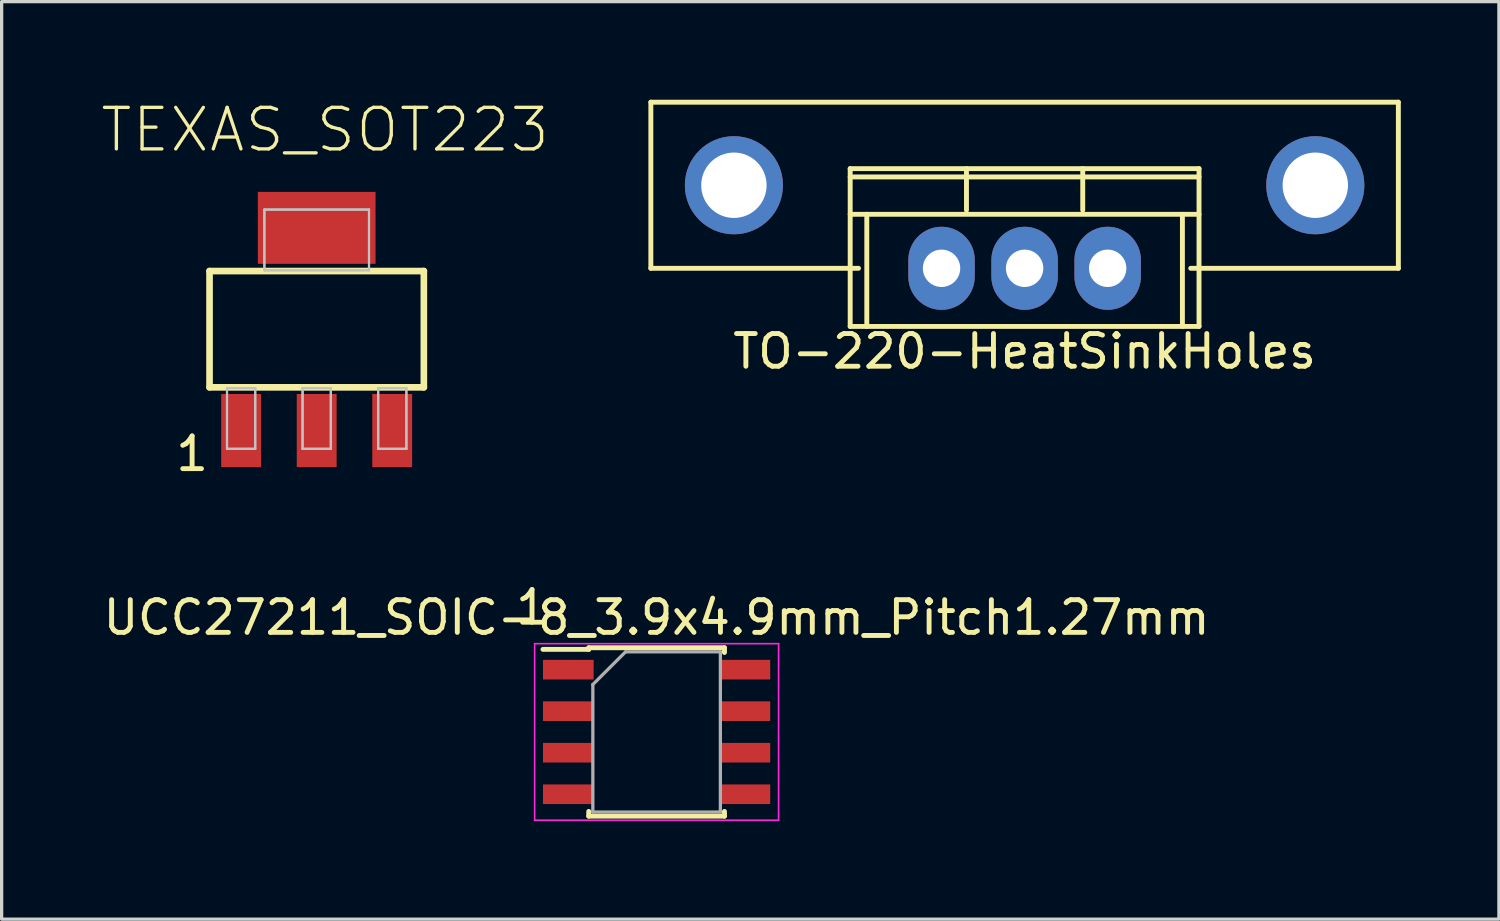
<source format=kicad_pcb>
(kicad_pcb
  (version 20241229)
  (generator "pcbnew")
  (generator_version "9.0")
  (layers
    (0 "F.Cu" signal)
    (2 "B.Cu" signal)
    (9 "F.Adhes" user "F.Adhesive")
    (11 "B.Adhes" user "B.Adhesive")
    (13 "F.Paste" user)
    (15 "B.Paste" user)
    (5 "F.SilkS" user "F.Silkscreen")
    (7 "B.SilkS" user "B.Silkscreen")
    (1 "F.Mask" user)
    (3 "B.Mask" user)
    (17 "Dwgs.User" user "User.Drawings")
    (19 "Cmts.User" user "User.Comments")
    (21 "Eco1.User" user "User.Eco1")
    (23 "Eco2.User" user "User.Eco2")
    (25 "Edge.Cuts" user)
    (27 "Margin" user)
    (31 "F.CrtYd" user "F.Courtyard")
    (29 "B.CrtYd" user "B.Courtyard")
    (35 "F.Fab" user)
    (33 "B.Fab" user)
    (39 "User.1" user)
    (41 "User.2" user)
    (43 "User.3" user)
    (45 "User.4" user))
  (footprint "UCC27211_SOIC-8_3.9x4.9mm_Pitch1.27mm"
    (layer "F.Cu")
    (at 17.03 19.334)
    (property "Reference" "UCC27211_SOIC-8_3.9x4.9mm_Pitch1.27mm" (at 0 -3.5 0) (layer "F.SilkS") (effects (font (size 1 1) (thickness 0.15))))
    (attr smd)
    (fp_line (start -2.075 -2.575) (end -2.075 -2.525) (stroke (width 0.15) (type solid)) (layer "F.SilkS"))
    (fp_line (start -2.075 -2.575) (end 2.075 -2.575) (stroke (width 0.15) (type solid)) (layer "F.SilkS"))
    (fp_line (start -2.075 -2.525) (end -3.475 -2.525) (stroke (width 0.15) (type solid)) (layer "F.SilkS"))
    (fp_line (start -2.075 2.575) (end -2.075 2.43) (stroke (width 0.15) (type solid)) (layer "F.SilkS"))
    (fp_line (start -2.075 2.575) (end 2.075 2.575) (stroke (width 0.15) (type solid)) (layer "F.SilkS"))
    (fp_line (start 2.075 -2.575) (end 2.075 -2.43) (stroke (width 0.15) (type solid)) (layer "F.SilkS"))
    (fp_line (start 2.075 2.575) (end 2.075 2.43) (stroke (width 0.15) (type solid)) (layer "F.SilkS"))
    (fp_line (start -3.73 -2.7) (end -3.73 2.7) (stroke (width 0.05) (type solid)) (layer "F.CrtYd"))
    (fp_line (start -3.73 -2.7) (end 3.73 -2.7) (stroke (width 0.05) (type solid)) (layer "F.CrtYd"))
    (fp_line (start -3.73 2.7) (end 3.73 2.7) (stroke (width 0.05) (type solid)) (layer "F.CrtYd"))
    (fp_line (start 3.73 -2.7) (end 3.73 2.7) (stroke (width 0.05) (type solid)) (layer "F.CrtYd"))
    (fp_line (start -1.95 -1.45) (end -0.95 -2.45) (stroke (width 0.1) (type solid)) (layer "F.Fab"))
    (fp_line (start -1.95 2.45) (end -1.95 -1.45) (stroke (width 0.1) (type solid)) (layer "F.Fab"))
    (fp_line (start -0.95 -2.45) (end 1.95 -2.45) (stroke (width 0.1) (type solid)) (layer "F.Fab"))
    (fp_line (start 1.95 -2.45) (end 1.95 2.45) (stroke (width 0.1) (type solid)) (layer "F.Fab"))
    (fp_line (start 1.95 2.45) (end -1.95 2.45) (stroke (width 0.1) (type solid)) (layer "F.Fab"))
    (fp_text user "1" (at -3.81 -3.81 0) (layer "F.SilkS") (effects (font (size 1 1) (thickness 0.15))))
    (pad "1" smd rect (at -2.7 -1.905) (size 1.55 0.6) (layers "F.Cu" "F.Mask" "F.Paste"))
    (pad "2" smd rect (at -2.7 -0.635) (size 1.55 0.6) (layers "F.Cu" "F.Mask" "F.Paste"))
    (pad "3" smd rect (at -2.7 0.635) (size 1.55 0.6) (layers "F.Cu" "F.Mask" "F.Paste"))
    (pad "4" smd rect (at -2.7 1.905) (size 1.55 0.6) (layers "F.Cu" "F.Mask" "F.Paste"))
    (pad "5" smd rect (at 2.7 1.905) (size 1.55 0.6) (layers "F.Cu" "F.Mask" "F.Paste"))
    (pad "6" smd rect (at 2.7 0.635) (size 1.55 0.6) (layers "F.Cu" "F.Mask" "F.Paste"))
    (pad "7" smd rect (at 2.7 -0.635) (size 1.55 0.6) (layers "F.Cu" "F.Mask" "F.Paste"))
    (pad "8" smd rect (at 2.7 -1.905) (size 1.55 0.6) (layers "F.Cu" "F.Mask" "F.Paste")))
  (footprint "TO-220-HeatSinkHoles"
    (layer "F.Cu")
    (at 28.284 5.155)
    (property "Reference" "TO-220-HeatSinkHoles" (at 0 2.54 0) (layer "F.SilkS") (effects (font (size 1 1) (thickness 0.15))))
    (attr through_hole)
    (fp_line (start -11.43 0) (end -11.43 -5.08) (stroke (width 0.15) (type solid)) (layer "F.SilkS"))
    (fp_line (start -5.334 -3.048) (end -5.334 1.778) (stroke (width 0.15) (type solid)) (layer "F.SilkS"))
    (fp_line (start -5.334 -1.651) (end 5.334 -1.651) (stroke (width 0.15) (type solid)) (layer "F.SilkS"))
    (fp_line (start -5.08 0) (end -11.43 0) (stroke (width 0.15) (type solid)) (layer "F.SilkS"))
    (fp_line (start -4.826 -1.651) (end -4.826 1.778) (stroke (width 0.15) (type solid)) (layer "F.SilkS"))
    (fp_line (start -1.778 -1.778) (end -1.778 -3.048) (stroke (width 0.15) (type solid)) (layer "F.SilkS"))
    (fp_line (start 1.778 -1.778) (end 1.778 -3.048) (stroke (width 0.15) (type solid)) (layer "F.SilkS"))
    (fp_line (start 4.826 -1.651) (end 4.826 1.778) (stroke (width 0.15) (type solid)) (layer "F.SilkS"))
    (fp_line (start 5.334 -3.048) (end -5.334 -3.048) (stroke (width 0.15) (type solid)) (layer "F.SilkS"))
    (fp_line (start 5.334 -3.048) (end 5.334 1.778) (stroke (width 0.15) (type solid)) (layer "F.SilkS"))
    (fp_line (start 5.334 -2.794) (end -5.334 -2.794) (stroke (width 0.15) (type solid)) (layer "F.SilkS"))
    (fp_line (start 5.334 1.778) (end -5.334 1.778) (stroke (width 0.15) (type solid)) (layer "F.SilkS"))
    (fp_line (start 11.43 -5.08) (end -11.43 -5.08) (stroke (width 0.15) (type solid)) (layer "F.SilkS"))
    (fp_line (start 11.43 -5.08) (end 11.43 0) (stroke (width 0.15) (type solid)) (layer "F.SilkS"))
    (fp_line (start 11.43 0) (end 5.08 0) (stroke (width 0.15) (type solid)) (layer "F.SilkS"))
    (pad "" np_thru_hole circle (at -8.89 -2.54) (size 3 3) (drill 2) (layers "*.Cu" "*.Mask"))
    (pad "" np_thru_hole circle (at 8.89 -2.54) (size 3 3) (drill 2) (layers "*.Cu" "*.Mask"))
    (pad "1" thru_hole oval (at -2.54 0) (size 2.032 2.54) (drill 1.143) (layers "*.Cu" "*.Mask"))
    (pad "2" thru_hole oval (at 0 0) (size 2.032 2.54) (drill 1.143) (layers "*.Cu" "*.Mask"))
    (pad "3" thru_hole oval (at 2.54 0) (size 2.032 2.54) (drill 1.143) (layers "*.Cu" "*.Mask")))
  (footprint "TEXAS_SOT223"
    (layer "F.Cu")
    (at 6.635 7.017)
    (property "Reference" "TEXAS_SOT223" (at 0.254 -6.096 0) (layer "F.SilkS") (effects (font (size 1.27 1.27) (thickness 0.102))))
    (attr smd)
    (fp_line (start -3.277 -1.778) (end 3.277 -1.778) (stroke (width 0.203) (type solid)) (layer "F.SilkS"))
    (fp_line (start -3.277 1.778) (end -3.277 -1.778) (stroke (width 0.203) (type solid)) (layer "F.SilkS"))
    (fp_line (start 3.277 -1.778) (end 3.277 1.778) (stroke (width 0.203) (type solid)) (layer "F.SilkS"))
    (fp_line (start 3.277 1.778) (end -3.277 1.778) (stroke (width 0.203) (type solid)) (layer "F.SilkS"))
    (fp_line (start -2.743 1.801) (end -1.88 1.801) (stroke (width 0.066) (type solid)) (layer "Dwgs.User"))
    (fp_line (start -2.743 1.801) (end -1.88 1.801) (stroke (width 0.066) (type solid)) (layer "Dwgs.User"))
    (fp_line (start -2.743 3.658) (end -2.743 1.801) (stroke (width 0.066) (type solid)) (layer "Dwgs.User"))
    (fp_line (start -2.743 3.658) (end -2.743 1.801) (stroke (width 0.066) (type solid)) (layer "Dwgs.User"))
    (fp_line (start -2.743 3.658) (end -1.88 3.658) (stroke (width 0.066) (type solid)) (layer "Dwgs.User"))
    (fp_line (start -2.743 3.658) (end -1.88 3.658) (stroke (width 0.066) (type solid)) (layer "Dwgs.User"))
    (fp_line (start -1.88 3.658) (end -1.88 1.801) (stroke (width 0.066) (type solid)) (layer "Dwgs.User"))
    (fp_line (start -1.88 3.658) (end -1.88 1.801) (stroke (width 0.066) (type solid)) (layer "Dwgs.User"))
    (fp_line (start -1.6 -3.658) (end 1.6 -3.658) (stroke (width 0.066) (type solid)) (layer "Dwgs.User"))
    (fp_line (start -1.6 -3.658) (end 1.6 -3.658) (stroke (width 0.066) (type solid)) (layer "Dwgs.User"))
    (fp_line (start -1.6 -1.801) (end -1.6 -3.658) (stroke (width 0.066) (type solid)) (layer "Dwgs.User"))
    (fp_line (start -1.6 -1.801) (end -1.6 -3.658) (stroke (width 0.066) (type solid)) (layer "Dwgs.User"))
    (fp_line (start -1.6 -1.801) (end 1.6 -1.801) (stroke (width 0.066) (type solid)) (layer "Dwgs.User"))
    (fp_line (start -1.6 -1.801) (end 1.6 -1.801) (stroke (width 0.066) (type solid)) (layer "Dwgs.User"))
    (fp_line (start -0.432 1.801) (end 0.432 1.801) (stroke (width 0.066) (type solid)) (layer "Dwgs.User"))
    (fp_line (start -0.432 1.801) (end 0.432 1.801) (stroke (width 0.066) (type solid)) (layer "Dwgs.User"))
    (fp_line (start -0.432 3.658) (end -0.432 1.801) (stroke (width 0.066) (type solid)) (layer "Dwgs.User"))
    (fp_line (start -0.432 3.658) (end -0.432 1.801) (stroke (width 0.066) (type solid)) (layer "Dwgs.User"))
    (fp_line (start -0.432 3.658) (end 0.432 3.658) (stroke (width 0.066) (type solid)) (layer "Dwgs.User"))
    (fp_line (start -0.432 3.658) (end 0.432 3.658) (stroke (width 0.066) (type solid)) (layer "Dwgs.User"))
    (fp_line (start 0.432 3.658) (end 0.432 1.801) (stroke (width 0.066) (type solid)) (layer "Dwgs.User"))
    (fp_line (start 0.432 3.658) (end 0.432 1.801) (stroke (width 0.066) (type solid)) (layer "Dwgs.User"))
    (fp_line (start 1.6 -1.801) (end 1.6 -3.658) (stroke (width 0.066) (type solid)) (layer "Dwgs.User"))
    (fp_line (start 1.6 -1.801) (end 1.6 -3.658) (stroke (width 0.066) (type solid)) (layer "Dwgs.User"))
    (fp_line (start 1.88 1.801) (end 2.743 1.801) (stroke (width 0.066) (type solid)) (layer "Dwgs.User"))
    (fp_line (start 1.88 1.801) (end 2.743 1.801) (stroke (width 0.066) (type solid)) (layer "Dwgs.User"))
    (fp_line (start 1.88 3.658) (end 1.88 1.801) (stroke (width 0.066) (type solid)) (layer "Dwgs.User"))
    (fp_line (start 1.88 3.658) (end 1.88 1.801) (stroke (width 0.066) (type solid)) (layer "Dwgs.User"))
    (fp_line (start 1.88 3.658) (end 2.743 3.658) (stroke (width 0.066) (type solid)) (layer "Dwgs.User"))
    (fp_line (start 1.88 3.658) (end 2.743 3.658) (stroke (width 0.066) (type solid)) (layer "Dwgs.User"))
    (fp_line (start 2.743 3.658) (end 2.743 1.801) (stroke (width 0.066) (type solid)) (layer "Dwgs.User"))
    (fp_line (start 2.743 3.658) (end 2.743 1.801) (stroke (width 0.066) (type solid)) (layer "Dwgs.User"))
    (fp_text user "1" (at -3.81 3.81 0) (layer "F.SilkS") (effects (font (size 1 1) (thickness 0.15))))
    (pad "1" smd rect (at -2.311 3.099) (size 1.219 2.235) (layers "F.Cu" "F.Mask" "F.Paste"))
    (pad "2" smd rect (at 0 3.099) (size 1.219 2.235) (layers "F.Cu" "F.Mask" "F.Paste"))
    (pad "3" smd rect (at 2.309 3.099) (size 1.219 2.235) (layers "F.Cu" "F.Mask" "F.Paste"))
    (pad "4" smd rect (at 0 -3.099) (size 3.599 2.2) (layers "F.Cu" "F.Mask" "F.Paste")))
  (gr_rect
    (start -3 -3)
    (end 42.789 25.059)
    (stroke (width 0.1) (type default))
    (fill no)
    (layer "Edge.Cuts")))
</source>
